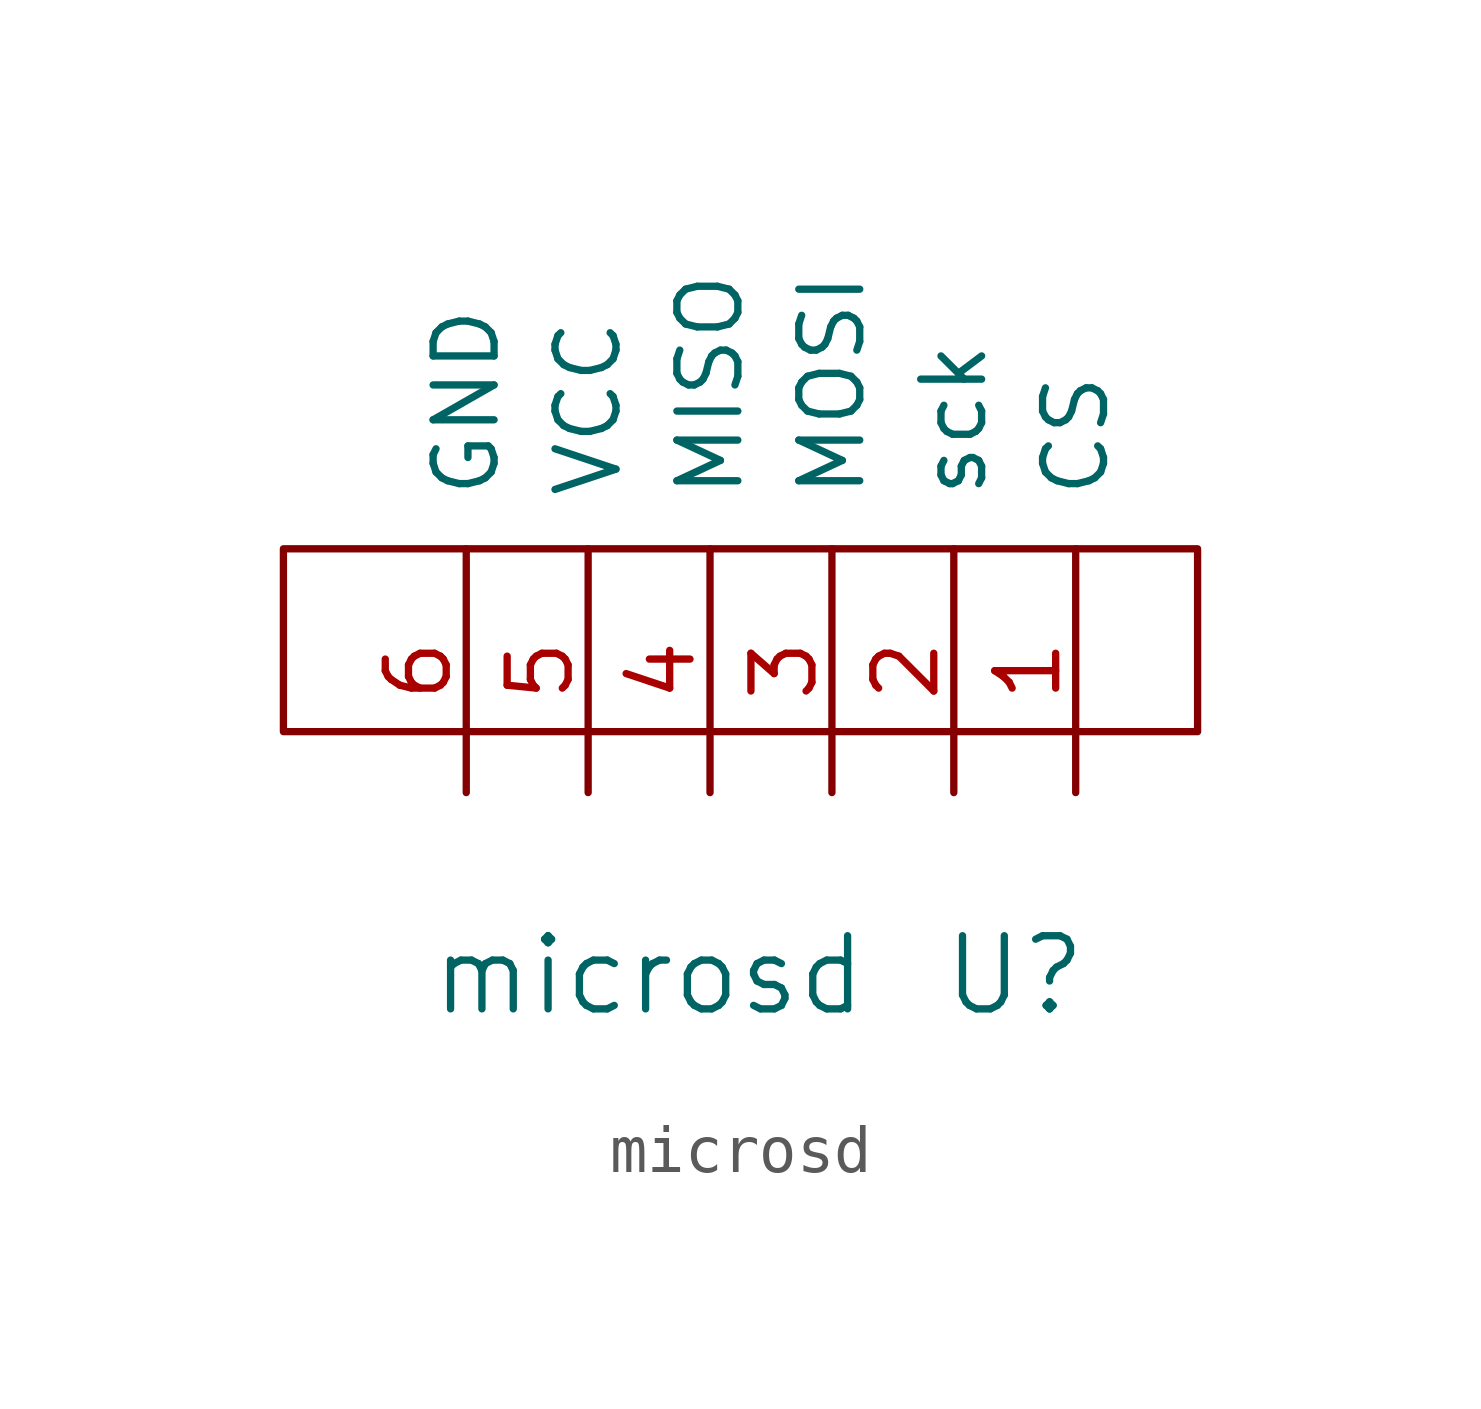
<source format=kicad_sym>
(kicad_symbol_lib
  (version 20220914)
  (generator kicad_symbol_editor)
  (symbol "microsd"
    (pin_names
      (offset 1.016))
    (property "Reference" "U"
      (at 8.89 -7.62 0)
      (effects (font (size 1.524 1.524))))
    (property "Value" "microsd"
      (at 1.27 -7.62 0)
      (effects (font (size 1.524 1.524))))
    (property "Footprint" ""
      (at 0 0 0)
      (effects (font (size 1.524 1.524))))
    (property "Datasheet" ""
      (at 0 0 0)
      (effects (font (size 1.524 1.524))))
    (symbol "microsd_0_1"
      (rectangle (start 12.7 1.27) (end -6.35 -2.54) (stroke (width 0) (type solid)) (fill (type none))))
    (symbol "microsd_1_1"
      (pin input line (at 10.16 -3.81 90) (length 5.08) (name "CS" (effects (font (size 1.27 1.27)))) (number "1" (effects (font (size 1.27 1.27)))))
      (pin input line (at 7.62 -3.81 90) (length 5.08) (name "sck" (effects (font (size 1.27 1.27)))) (number "2" (effects (font (size 1.27 1.27)))))
      (pin input line (at 5.08 -3.81 90) (length 5.08) (name "MOSI" (effects (font (size 1.27 1.27)))) (number "3" (effects (font (size 1.27 1.27)))))
      (pin input line (at 2.54 -3.81 90) (length 5.08) (name "MISO" (effects (font (size 1.27 1.27)))) (number "4" (effects (font (size 1.27 1.27)))))
      (pin input line (at 0 -3.81 90) (length 5.08) (name "VCC" (effects (font (size 1.27 1.27)))) (number "5" (effects (font (size 1.27 1.27)))))
      (pin input line (at -2.54 -3.81 90) (length 5.08) (name "GND" (effects (font (size 1.27 1.27)))) (number "6" (effects (font (size 1.27 1.27))))))))
</source>
